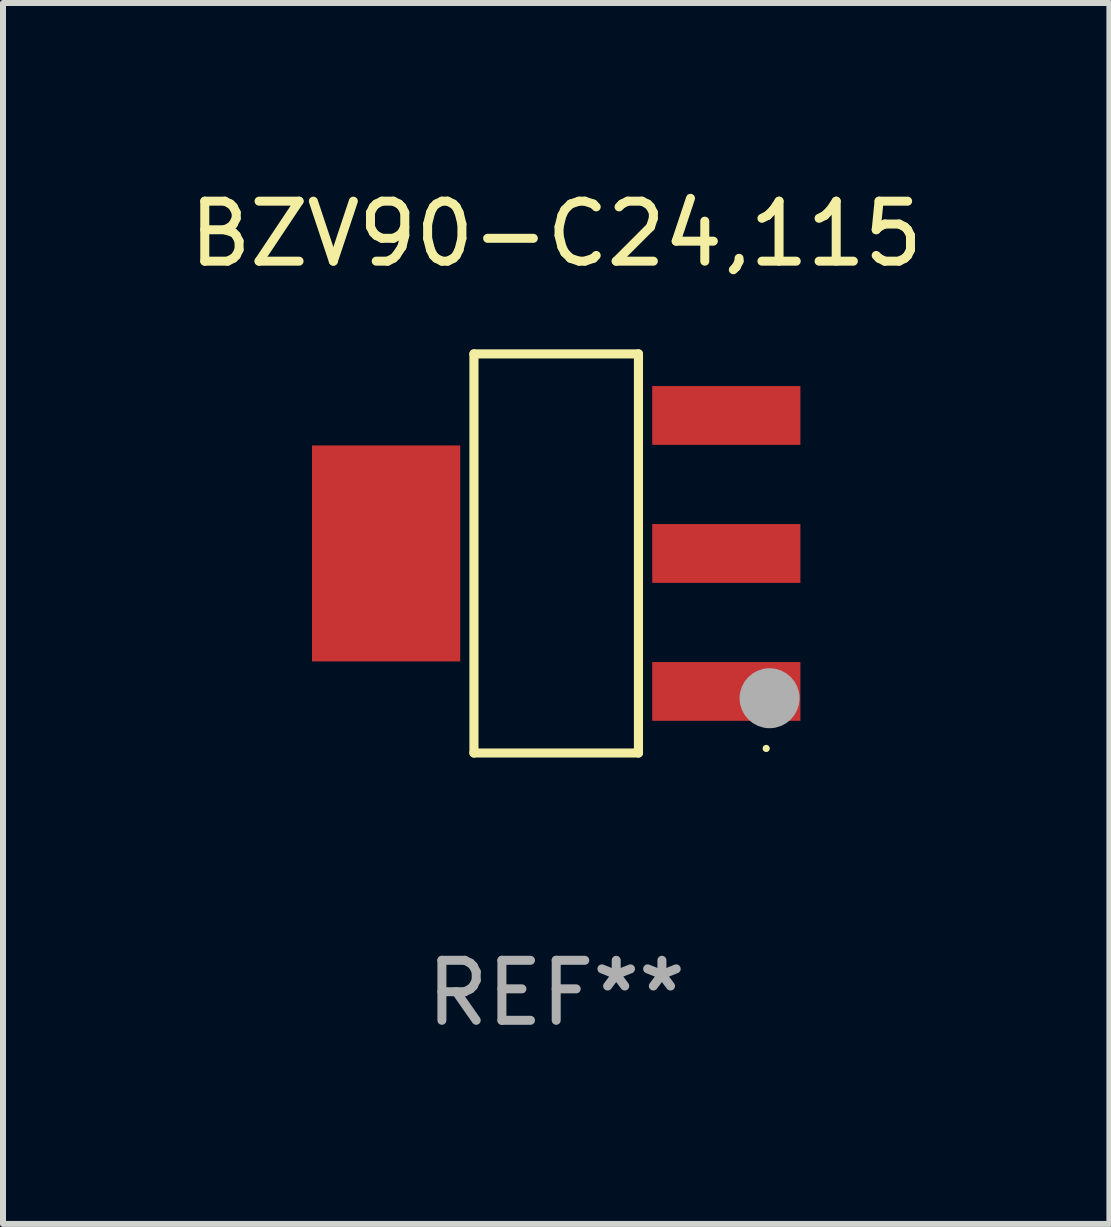
<source format=kicad_pcb>
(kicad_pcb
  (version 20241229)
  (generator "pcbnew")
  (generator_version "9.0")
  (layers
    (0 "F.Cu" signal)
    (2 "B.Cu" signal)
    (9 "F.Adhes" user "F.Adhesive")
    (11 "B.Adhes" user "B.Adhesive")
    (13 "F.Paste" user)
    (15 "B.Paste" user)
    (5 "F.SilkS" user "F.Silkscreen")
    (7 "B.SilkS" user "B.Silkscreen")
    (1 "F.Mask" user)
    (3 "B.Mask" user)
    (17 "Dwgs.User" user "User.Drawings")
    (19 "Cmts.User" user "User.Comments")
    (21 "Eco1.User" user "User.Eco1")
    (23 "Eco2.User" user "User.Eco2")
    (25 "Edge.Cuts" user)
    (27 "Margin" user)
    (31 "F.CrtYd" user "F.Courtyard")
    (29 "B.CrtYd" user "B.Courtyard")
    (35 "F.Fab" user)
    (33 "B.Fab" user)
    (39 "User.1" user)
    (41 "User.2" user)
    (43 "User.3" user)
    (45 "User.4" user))
  (footprint "BZV90-C24,115"
    (layer "F.Cu")
    (at 6.22 6.174)
    (property "Reference" "BZV90-C24,115" (at 0 -5.326 0) (layer "F.SilkS") (effects (font (size 1 1) (thickness 0.15))))
    (attr through_hole)
    (fp_line (start -1.371 -3.326) (end 1.371 -3.326) (stroke (width 0.152) (type solid)) (layer "F.SilkS"))
    (fp_line (start -1.371 3.326) (end -1.371 -3.326) (stroke (width 0.152) (type solid)) (layer "F.SilkS"))
    (fp_line (start 1.371 -3.326) (end 1.371 3.326) (stroke (width 0.152) (type solid)) (layer "F.SilkS"))
    (fp_line (start 1.371 3.326) (end -1.371 3.326) (stroke (width 0.152) (type solid)) (layer "F.SilkS"))
    (fp_circle (center 3.5 3.25) (end 3.53 3.25) (stroke (width 0.06) (type solid)) (fill no) (layer "F.SilkS"))
    (fp_circle (center 3.556 2.413) (end 3.806 2.413) (stroke (width 0.5) (type solid)) (fill no) (layer "F.Fab"))
    (fp_text user "REF**" (at 0 7.326 0) (layer "F.Fab") (effects (font (size 1 1) (thickness 0.15))))
    (pad "1" smd rect (at 2.835 2.3) (size 2.47 0.98) (layers "F.Cu" "F.Mask" "F.Paste"))
    (pad "2" smd rect (at 2.835 0) (size 2.47 0.98) (layers "F.Cu" "F.Mask" "F.Paste"))
    (pad "3" smd rect (at 2.835 -2.3) (size 2.47 0.98) (layers "F.Cu" "F.Mask" "F.Paste"))
    (pad "4" smd rect (at -2.835 0) (size 2.47 3.6) (layers "F.Cu" "F.Mask" "F.Paste")))
  (gr_rect
    (start -3 -3)
    (end 15.44 17.349)
    (stroke (width 0.1) (type default))
    (fill no)
    (layer "Edge.Cuts")))
</source>
